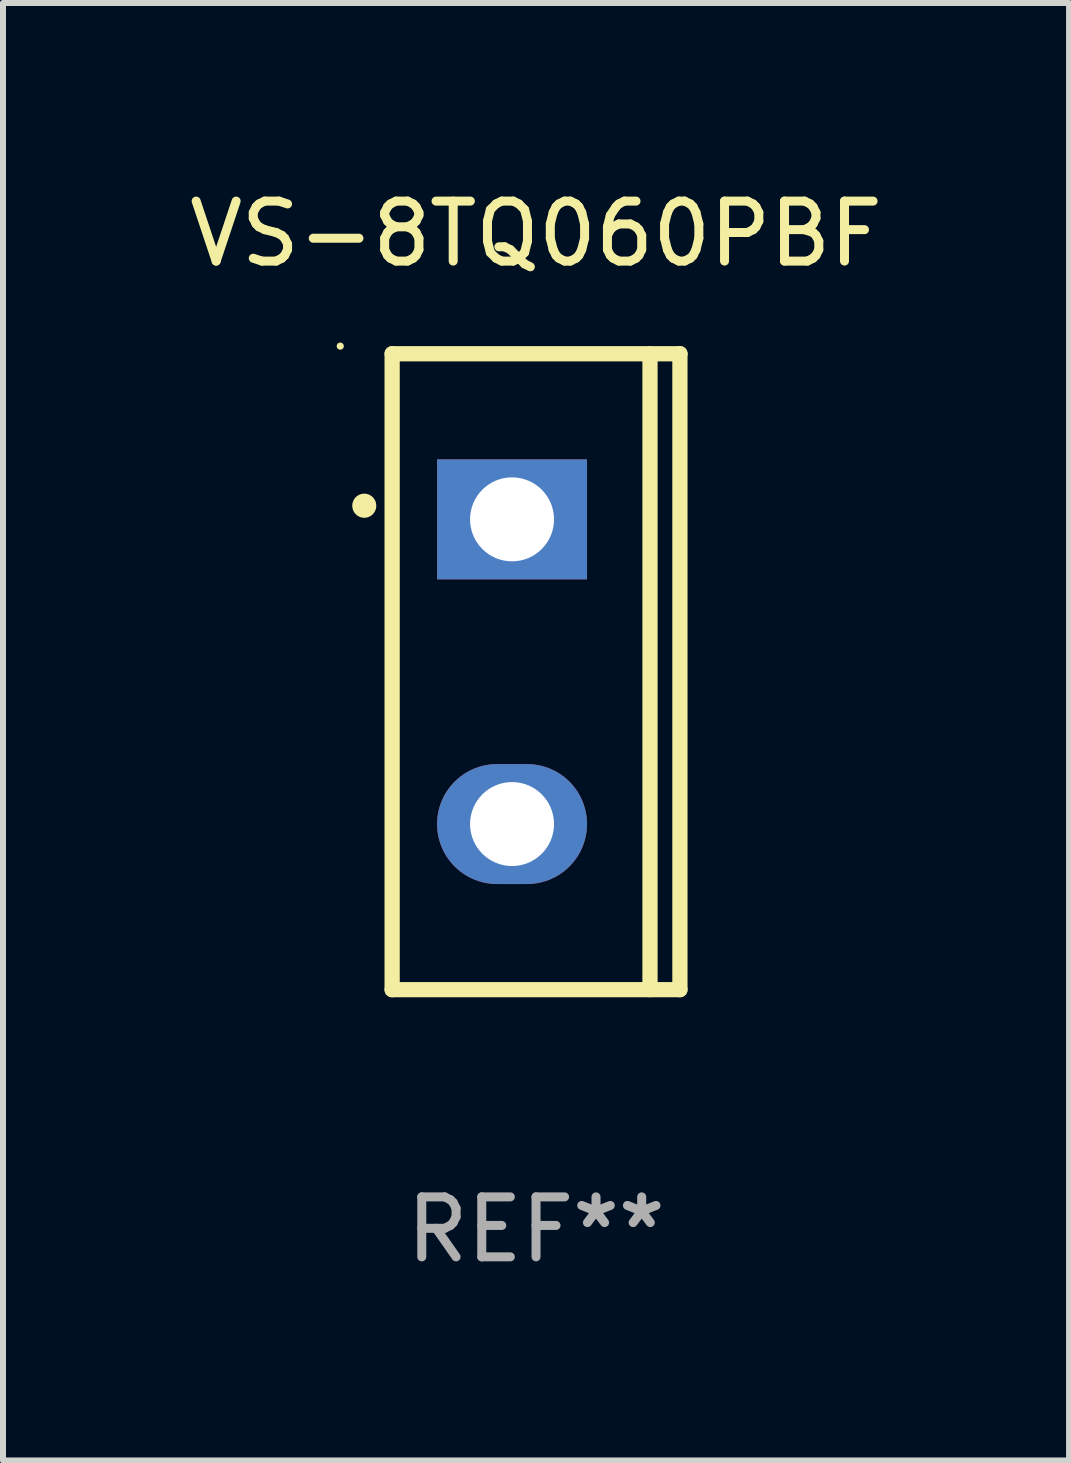
<source format=kicad_pcb>
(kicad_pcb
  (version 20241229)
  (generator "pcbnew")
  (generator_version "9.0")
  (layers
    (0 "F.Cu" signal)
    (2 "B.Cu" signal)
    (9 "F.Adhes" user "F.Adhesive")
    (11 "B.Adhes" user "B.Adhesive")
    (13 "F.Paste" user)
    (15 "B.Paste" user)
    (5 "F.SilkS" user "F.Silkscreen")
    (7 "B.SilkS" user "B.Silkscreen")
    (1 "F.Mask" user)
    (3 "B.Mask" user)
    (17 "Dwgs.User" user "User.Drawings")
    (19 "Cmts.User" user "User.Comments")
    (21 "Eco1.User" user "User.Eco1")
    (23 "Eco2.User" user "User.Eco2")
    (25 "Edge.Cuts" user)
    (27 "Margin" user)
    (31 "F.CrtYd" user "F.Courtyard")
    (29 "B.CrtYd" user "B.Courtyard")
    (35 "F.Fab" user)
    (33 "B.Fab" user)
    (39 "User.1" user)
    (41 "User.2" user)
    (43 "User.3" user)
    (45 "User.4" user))
  (footprint "VS-8TQ060PBF"
    (layer "F.Cu")
    (at 5.887 8.149)
    (property "Reference" "VS-8TQ060PBF" (at 0 -7.301 0) (layer "F.SilkS") (effects (font (size 1 1) (thickness 0.15))))
    (attr through_hole)
    (fp_line (start -2.399 -5.301) (end 2.394 -5.301) (stroke (width 0.254) (type solid)) (layer "F.SilkS"))
    (fp_line (start -2.399 5.301) (end -2.399 -5.301) (stroke (width 0.254) (type solid)) (layer "F.SilkS"))
    (fp_line (start 1.9 5.3) (end 1.9 -5.3) (stroke (width 0.254) (type solid)) (layer "F.SilkS"))
    (fp_line (start 2.394 -5.301) (end 2.399 -5.301) (stroke (width 0.254) (type solid)) (layer "F.SilkS"))
    (fp_line (start 2.399 -5.301) (end 2.399 5.301) (stroke (width 0.254) (type solid)) (layer "F.SilkS"))
    (fp_line (start 2.399 5.301) (end -2.399 5.301) (stroke (width 0.254) (type solid)) (layer "F.SilkS"))
    (fp_arc (start -2.863843 -2.766066) (mid -2.863847 -2.767336) (end -2.863843 -2.768606) (stroke (width 0.4) (type solid)) (layer "F.SilkS"))
    (fp_circle (center -3.264 -5.428) (end -3.234 -5.428) (stroke (width 0.06) (type solid)) (fill no) (layer "F.SilkS"))
    (fp_text user "REF**" (at 0 9.301 0) (layer "F.Fab") (effects (font (size 1 1) (thickness 0.15))))
    (pad "1" thru_hole rect (at -0.4 -2.54 270) (size 2 2.5) (drill 1.4) (layers "*.Cu" "*.Mask"))
    (pad "2" thru_hole oval (at -0.4 2.54 270) (size 2 2.5) (drill 1.4) (layers "*.Cu" "*.Mask")))
  (gr_rect
    (start -3 -3)
    (end 14.774 21.299)
    (stroke (width 0.1) (type default))
    (fill no)
    (layer "Edge.Cuts")))
</source>
